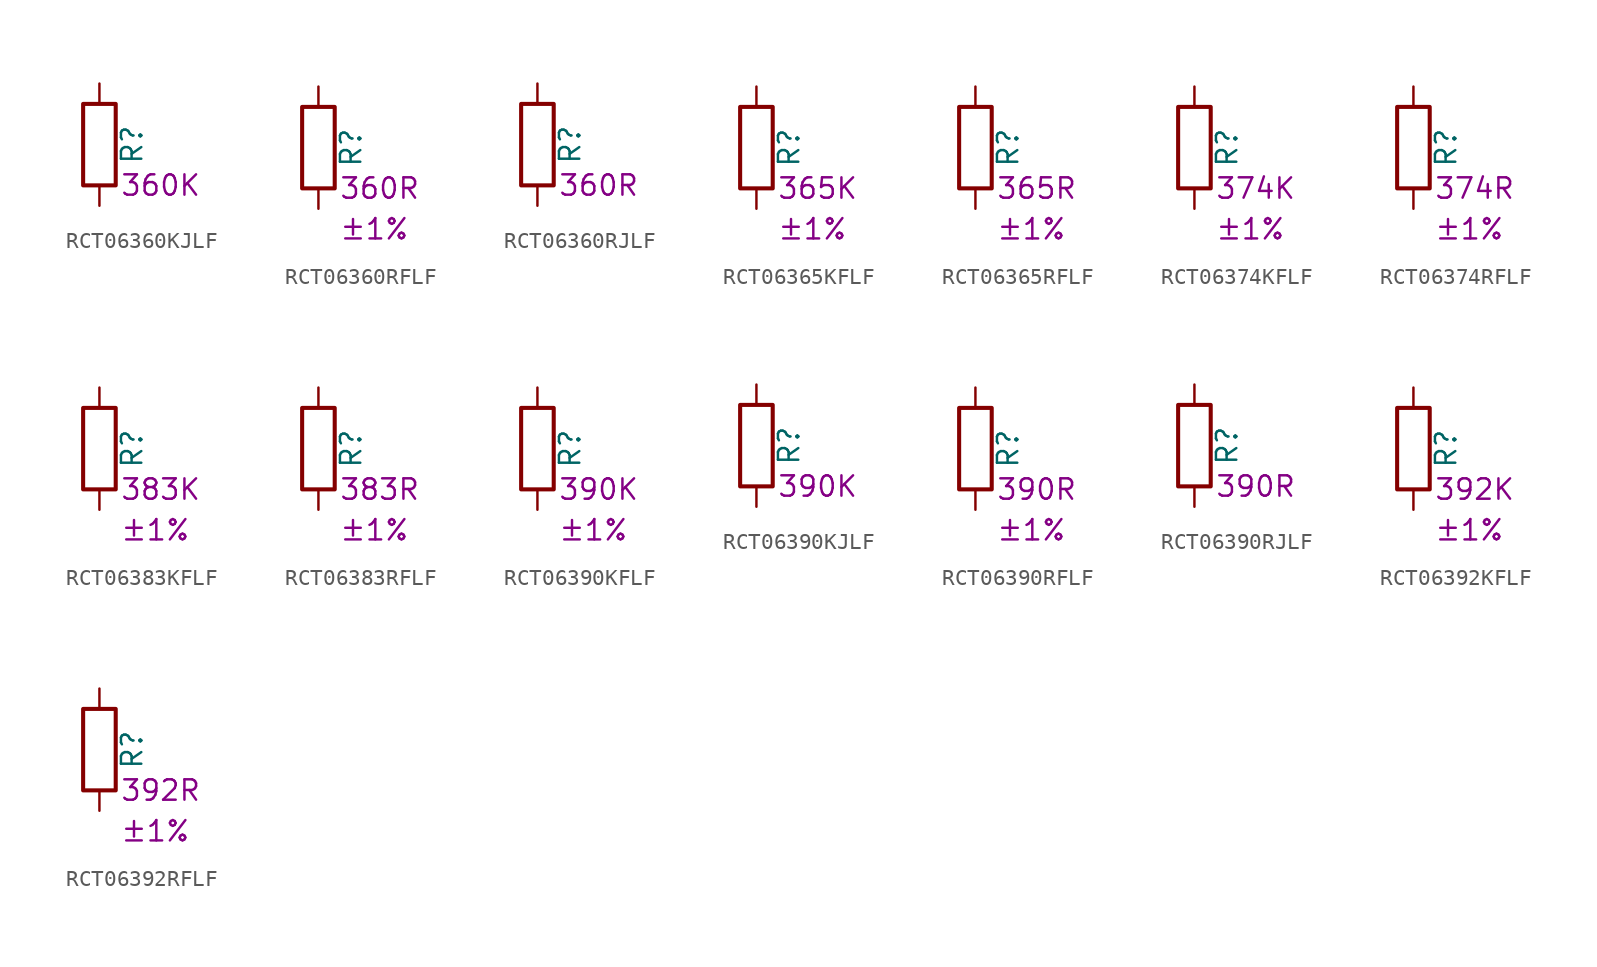
<source format=kicad_sym>
(kicad_symbol_lib
  (version 20220914)
  (generator kicad_symbol_editor)
  (symbol "RCT06360KJLF"
    (pin_numbers hide)
    (pin_names
      (offset 0))
    (property "Reference" "R"
      (at 2.032 0 90)
      (effects (font (size 1.27 1.27))))
    (property "Resistance" "360K"
      (at 1.27 -2.54 0)
      (effects (font (size 1.27 1.27)) (justify left)))
    (symbol "RCT06360KJLF_0_1"
      (rectangle (start -1.016 -2.54) (end 1.016 2.54) (stroke (width 0.254) (type default)) (fill (type none))))
    (symbol "RCT06360KJLF_1_1"
      (pin passive line (at 0 3.81 270) (length 1.27) (name "~" (effects (font (size 1.27 1.27)))) (number "1" (effects (font (size 1.27 1.27)))))
      (pin passive line (at 0 -3.81 90) (length 1.27) (name "~" (effects (font (size 1.27 1.27)))) (number "2" (effects (font (size 1.27 1.27)))))))
  (symbol "RCT06360RFLF"
    (pin_numbers hide)
    (pin_names
      (offset 0))
    (property "Reference" "R"
      (at 2.032 0 90)
      (effects (font (size 1.27 1.27))))
    (property "Resistance" "360R"
      (at 1.27 -2.54 0)
      (effects (font (size 1.27 1.27)) (justify left)))
    (property "Tolerance" "±1%"
      (at 1.27 -5.08 0)
      (effects (font (size 1.27 1.27)) (justify left)))
    (symbol "RCT06360RFLF_0_1"
      (rectangle (start -1.016 -2.54) (end 1.016 2.54) (stroke (width 0.254) (type default)) (fill (type none))))
    (symbol "RCT06360RFLF_1_1"
      (pin passive line (at 0 3.81 270) (length 1.27) (name "~" (effects (font (size 1.27 1.27)))) (number "1" (effects (font (size 1.27 1.27)))))
      (pin passive line (at 0 -3.81 90) (length 1.27) (name "~" (effects (font (size 1.27 1.27)))) (number "2" (effects (font (size 1.27 1.27)))))))
  (symbol "RCT06360RJLF"
    (pin_numbers hide)
    (pin_names
      (offset 0))
    (property "Reference" "R"
      (at 2.032 0 90)
      (effects (font (size 1.27 1.27))))
    (property "Resistance" "360R"
      (at 1.27 -2.54 0)
      (effects (font (size 1.27 1.27)) (justify left)))
    (symbol "RCT06360RJLF_0_1"
      (rectangle (start -1.016 -2.54) (end 1.016 2.54) (stroke (width 0.254) (type default)) (fill (type none))))
    (symbol "RCT06360RJLF_1_1"
      (pin passive line (at 0 3.81 270) (length 1.27) (name "~" (effects (font (size 1.27 1.27)))) (number "1" (effects (font (size 1.27 1.27)))))
      (pin passive line (at 0 -3.81 90) (length 1.27) (name "~" (effects (font (size 1.27 1.27)))) (number "2" (effects (font (size 1.27 1.27)))))))
  (symbol "RCT06365KFLF"
    (pin_numbers hide)
    (pin_names
      (offset 0))
    (property "Reference" "R"
      (at 2.032 0 90)
      (effects (font (size 1.27 1.27))))
    (property "Resistance" "365K"
      (at 1.27 -2.54 0)
      (effects (font (size 1.27 1.27)) (justify left)))
    (property "Tolerance" "±1%"
      (at 1.27 -5.08 0)
      (effects (font (size 1.27 1.27)) (justify left)))
    (symbol "RCT06365KFLF_0_1"
      (rectangle (start -1.016 -2.54) (end 1.016 2.54) (stroke (width 0.254) (type default)) (fill (type none))))
    (symbol "RCT06365KFLF_1_1"
      (pin passive line (at 0 3.81 270) (length 1.27) (name "~" (effects (font (size 1.27 1.27)))) (number "1" (effects (font (size 1.27 1.27)))))
      (pin passive line (at 0 -3.81 90) (length 1.27) (name "~" (effects (font (size 1.27 1.27)))) (number "2" (effects (font (size 1.27 1.27)))))))
  (symbol "RCT06365RFLF"
    (pin_numbers hide)
    (pin_names
      (offset 0))
    (property "Reference" "R"
      (at 2.032 0 90)
      (effects (font (size 1.27 1.27))))
    (property "Resistance" "365R"
      (at 1.27 -2.54 0)
      (effects (font (size 1.27 1.27)) (justify left)))
    (property "Tolerance" "±1%"
      (at 1.27 -5.08 0)
      (effects (font (size 1.27 1.27)) (justify left)))
    (symbol "RCT06365RFLF_0_1"
      (rectangle (start -1.016 -2.54) (end 1.016 2.54) (stroke (width 0.254) (type default)) (fill (type none))))
    (symbol "RCT06365RFLF_1_1"
      (pin passive line (at 0 3.81 270) (length 1.27) (name "~" (effects (font (size 1.27 1.27)))) (number "1" (effects (font (size 1.27 1.27)))))
      (pin passive line (at 0 -3.81 90) (length 1.27) (name "~" (effects (font (size 1.27 1.27)))) (number "2" (effects (font (size 1.27 1.27)))))))
  (symbol "RCT06374KFLF"
    (pin_numbers hide)
    (pin_names
      (offset 0))
    (property "Reference" "R"
      (at 2.032 0 90)
      (effects (font (size 1.27 1.27))))
    (property "Resistance" "374K"
      (at 1.27 -2.54 0)
      (effects (font (size 1.27 1.27)) (justify left)))
    (property "Tolerance" "±1%"
      (at 1.27 -5.08 0)
      (effects (font (size 1.27 1.27)) (justify left)))
    (symbol "RCT06374KFLF_0_1"
      (rectangle (start -1.016 -2.54) (end 1.016 2.54) (stroke (width 0.254) (type default)) (fill (type none))))
    (symbol "RCT06374KFLF_1_1"
      (pin passive line (at 0 3.81 270) (length 1.27) (name "~" (effects (font (size 1.27 1.27)))) (number "1" (effects (font (size 1.27 1.27)))))
      (pin passive line (at 0 -3.81 90) (length 1.27) (name "~" (effects (font (size 1.27 1.27)))) (number "2" (effects (font (size 1.27 1.27)))))))
  (symbol "RCT06374RFLF"
    (pin_numbers hide)
    (pin_names
      (offset 0))
    (property "Reference" "R"
      (at 2.032 0 90)
      (effects (font (size 1.27 1.27))))
    (property "Resistance" "374R"
      (at 1.27 -2.54 0)
      (effects (font (size 1.27 1.27)) (justify left)))
    (property "Tolerance" "±1%"
      (at 1.27 -5.08 0)
      (effects (font (size 1.27 1.27)) (justify left)))
    (symbol "RCT06374RFLF_0_1"
      (rectangle (start -1.016 -2.54) (end 1.016 2.54) (stroke (width 0.254) (type default)) (fill (type none))))
    (symbol "RCT06374RFLF_1_1"
      (pin passive line (at 0 3.81 270) (length 1.27) (name "~" (effects (font (size 1.27 1.27)))) (number "1" (effects (font (size 1.27 1.27)))))
      (pin passive line (at 0 -3.81 90) (length 1.27) (name "~" (effects (font (size 1.27 1.27)))) (number "2" (effects (font (size 1.27 1.27)))))))
  (symbol "RCT06383KFLF"
    (pin_numbers hide)
    (pin_names
      (offset 0))
    (property "Reference" "R"
      (at 2.032 0 90)
      (effects (font (size 1.27 1.27))))
    (property "Resistance" "383K"
      (at 1.27 -2.54 0)
      (effects (font (size 1.27 1.27)) (justify left)))
    (property "Tolerance" "±1%"
      (at 1.27 -5.08 0)
      (effects (font (size 1.27 1.27)) (justify left)))
    (symbol "RCT06383KFLF_0_1"
      (rectangle (start -1.016 -2.54) (end 1.016 2.54) (stroke (width 0.254) (type default)) (fill (type none))))
    (symbol "RCT06383KFLF_1_1"
      (pin passive line (at 0 3.81 270) (length 1.27) (name "~" (effects (font (size 1.27 1.27)))) (number "1" (effects (font (size 1.27 1.27)))))
      (pin passive line (at 0 -3.81 90) (length 1.27) (name "~" (effects (font (size 1.27 1.27)))) (number "2" (effects (font (size 1.27 1.27)))))))
  (symbol "RCT06383RFLF"
    (pin_numbers hide)
    (pin_names
      (offset 0))
    (property "Reference" "R"
      (at 2.032 0 90)
      (effects (font (size 1.27 1.27))))
    (property "Resistance" "383R"
      (at 1.27 -2.54 0)
      (effects (font (size 1.27 1.27)) (justify left)))
    (property "Tolerance" "±1%"
      (at 1.27 -5.08 0)
      (effects (font (size 1.27 1.27)) (justify left)))
    (symbol "RCT06383RFLF_0_1"
      (rectangle (start -1.016 -2.54) (end 1.016 2.54) (stroke (width 0.254) (type default)) (fill (type none))))
    (symbol "RCT06383RFLF_1_1"
      (pin passive line (at 0 3.81 270) (length 1.27) (name "~" (effects (font (size 1.27 1.27)))) (number "1" (effects (font (size 1.27 1.27)))))
      (pin passive line (at 0 -3.81 90) (length 1.27) (name "~" (effects (font (size 1.27 1.27)))) (number "2" (effects (font (size 1.27 1.27)))))))
  (symbol "RCT06390KFLF"
    (pin_numbers hide)
    (pin_names
      (offset 0))
    (property "Reference" "R"
      (at 2.032 0 90)
      (effects (font (size 1.27 1.27))))
    (property "Resistance" "390K"
      (at 1.27 -2.54 0)
      (effects (font (size 1.27 1.27)) (justify left)))
    (property "Tolerance" "±1%"
      (at 1.27 -5.08 0)
      (effects (font (size 1.27 1.27)) (justify left)))
    (symbol "RCT06390KFLF_0_1"
      (rectangle (start -1.016 -2.54) (end 1.016 2.54) (stroke (width 0.254) (type default)) (fill (type none))))
    (symbol "RCT06390KFLF_1_1"
      (pin passive line (at 0 3.81 270) (length 1.27) (name "~" (effects (font (size 1.27 1.27)))) (number "1" (effects (font (size 1.27 1.27)))))
      (pin passive line (at 0 -3.81 90) (length 1.27) (name "~" (effects (font (size 1.27 1.27)))) (number "2" (effects (font (size 1.27 1.27)))))))
  (symbol "RCT06390KJLF"
    (pin_numbers hide)
    (pin_names
      (offset 0))
    (property "Reference" "R"
      (at 2.032 0 90)
      (effects (font (size 1.27 1.27))))
    (property "Resistance" "390K"
      (at 1.27 -2.54 0)
      (effects (font (size 1.27 1.27)) (justify left)))
    (symbol "RCT06390KJLF_0_1"
      (rectangle (start -1.016 -2.54) (end 1.016 2.54) (stroke (width 0.254) (type default)) (fill (type none))))
    (symbol "RCT06390KJLF_1_1"
      (pin passive line (at 0 3.81 270) (length 1.27) (name "~" (effects (font (size 1.27 1.27)))) (number "1" (effects (font (size 1.27 1.27)))))
      (pin passive line (at 0 -3.81 90) (length 1.27) (name "~" (effects (font (size 1.27 1.27)))) (number "2" (effects (font (size 1.27 1.27)))))))
  (symbol "RCT06390RFLF"
    (pin_numbers hide)
    (pin_names
      (offset 0))
    (property "Reference" "R"
      (at 2.032 0 90)
      (effects (font (size 1.27 1.27))))
    (property "Resistance" "390R"
      (at 1.27 -2.54 0)
      (effects (font (size 1.27 1.27)) (justify left)))
    (property "Tolerance" "±1%"
      (at 1.27 -5.08 0)
      (effects (font (size 1.27 1.27)) (justify left)))
    (symbol "RCT06390RFLF_0_1"
      (rectangle (start -1.016 -2.54) (end 1.016 2.54) (stroke (width 0.254) (type default)) (fill (type none))))
    (symbol "RCT06390RFLF_1_1"
      (pin passive line (at 0 3.81 270) (length 1.27) (name "~" (effects (font (size 1.27 1.27)))) (number "1" (effects (font (size 1.27 1.27)))))
      (pin passive line (at 0 -3.81 90) (length 1.27) (name "~" (effects (font (size 1.27 1.27)))) (number "2" (effects (font (size 1.27 1.27)))))))
  (symbol "RCT06390RJLF"
    (pin_numbers hide)
    (pin_names
      (offset 0))
    (property "Reference" "R"
      (at 2.032 0 90)
      (effects (font (size 1.27 1.27))))
    (property "Resistance" "390R"
      (at 1.27 -2.54 0)
      (effects (font (size 1.27 1.27)) (justify left)))
    (symbol "RCT06390RJLF_0_1"
      (rectangle (start -1.016 -2.54) (end 1.016 2.54) (stroke (width 0.254) (type default)) (fill (type none))))
    (symbol "RCT06390RJLF_1_1"
      (pin passive line (at 0 3.81 270) (length 1.27) (name "~" (effects (font (size 1.27 1.27)))) (number "1" (effects (font (size 1.27 1.27)))))
      (pin passive line (at 0 -3.81 90) (length 1.27) (name "~" (effects (font (size 1.27 1.27)))) (number "2" (effects (font (size 1.27 1.27)))))))
  (symbol "RCT06392KFLF"
    (pin_numbers hide)
    (pin_names
      (offset 0))
    (property "Reference" "R"
      (at 2.032 0 90)
      (effects (font (size 1.27 1.27))))
    (property "Resistance" "392K"
      (at 1.27 -2.54 0)
      (effects (font (size 1.27 1.27)) (justify left)))
    (property "Tolerance" "±1%"
      (at 1.27 -5.08 0)
      (effects (font (size 1.27 1.27)) (justify left)))
    (symbol "RCT06392KFLF_0_1"
      (rectangle (start -1.016 -2.54) (end 1.016 2.54) (stroke (width 0.254) (type default)) (fill (type none))))
    (symbol "RCT06392KFLF_1_1"
      (pin passive line (at 0 3.81 270) (length 1.27) (name "~" (effects (font (size 1.27 1.27)))) (number "1" (effects (font (size 1.27 1.27)))))
      (pin passive line (at 0 -3.81 90) (length 1.27) (name "~" (effects (font (size 1.27 1.27)))) (number "2" (effects (font (size 1.27 1.27)))))))
  (symbol "RCT06392RFLF"
    (pin_numbers hide)
    (pin_names
      (offset 0))
    (property "Reference" "R"
      (at 2.032 0 90)
      (effects (font (size 1.27 1.27))))
    (property "Resistance" "392R"
      (at 1.27 -2.54 0)
      (effects (font (size 1.27 1.27)) (justify left)))
    (property "Tolerance" "±1%"
      (at 1.27 -5.08 0)
      (effects (font (size 1.27 1.27)) (justify left)))
    (symbol "RCT06392RFLF_0_1"
      (rectangle (start -1.016 -2.54) (end 1.016 2.54) (stroke (width 0.254) (type default)) (fill (type none))))
    (symbol "RCT06392RFLF_1_1"
      (pin passive line (at 0 3.81 270) (length 1.27) (name "~" (effects (font (size 1.27 1.27)))) (number "1" (effects (font (size 1.27 1.27)))))
      (pin passive line (at 0 -3.81 90) (length 1.27) (name "~" (effects (font (size 1.27 1.27)))) (number "2" (effects (font (size 1.27 1.27))))))))
</source>
